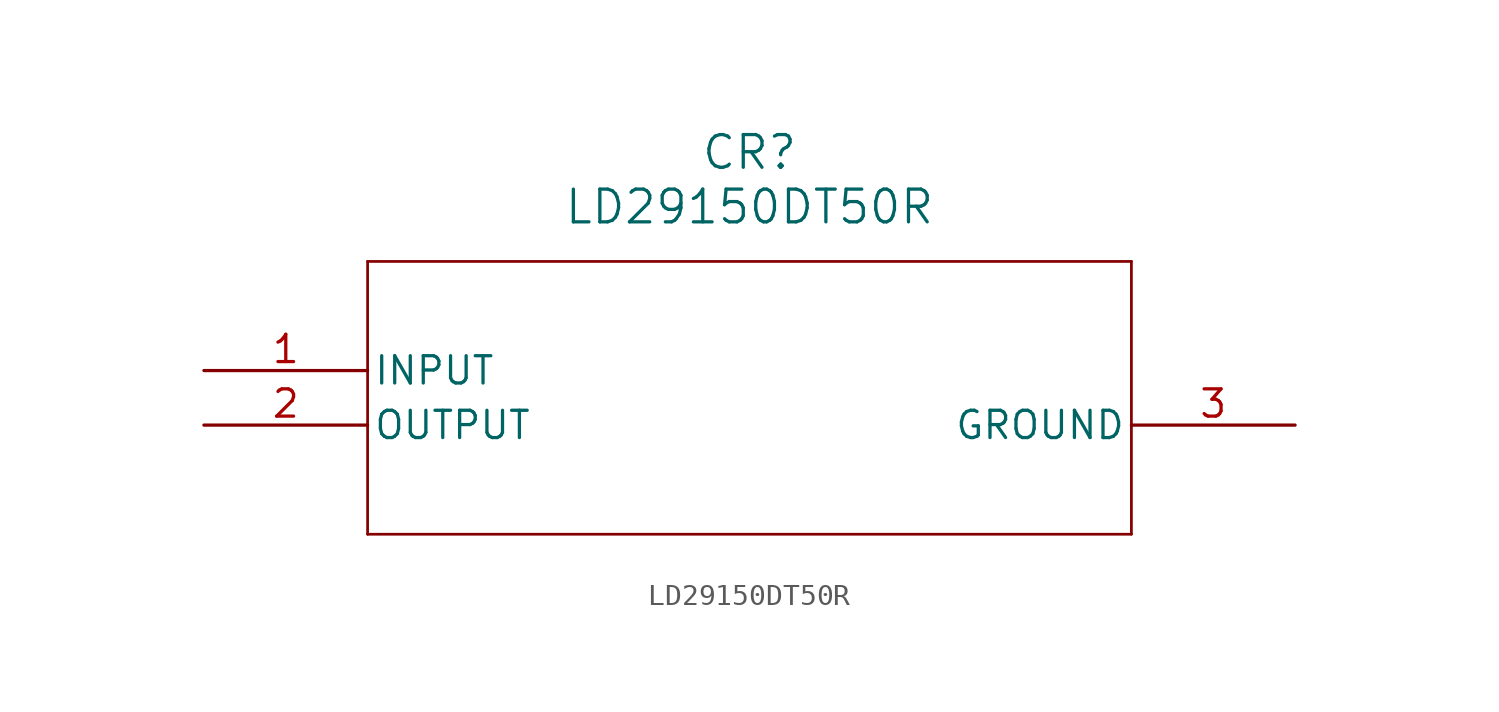
<source format=kicad_sym>
(kicad_symbol_lib
  (version 20211014)
  (generator kicad_symbol_editor)
  (symbol "LD29150DT50R"
    (pin_names
      (offset 0.254))
    (property "Reference" "CR"
      (at 25.4 10.16 0)
      (effects (font (size 1.524 1.524))))
    (property "Value" "LD29150DT50R"
      (at 25.4 7.62 0)
      (effects (font (size 1.524 1.524))))
    (symbol "LD29150DT50R_0_1"
      (polyline (pts (xy 7.62 5.08) (xy 7.62 -7.62)) (stroke (width 0.127) (type default) (color 0 0 0 0)) (fill (type none)))
      (polyline (pts (xy 7.62 -7.62) (xy 43.18 -7.62)) (stroke (width 0.127) (type default) (color 0 0 0 0)) (fill (type none)))
      (polyline (pts (xy 43.18 -7.62) (xy 43.18 5.08)) (stroke (width 0.127) (type default) (color 0 0 0 0)) (fill (type none)))
      (polyline (pts (xy 43.18 5.08) (xy 7.62 5.08)) (stroke (width 0.127) (type default) (color 0 0 0 0)) (fill (type none)))
      (pin input line (at 0 0 0) (length 7.62) (name "INPUT" (effects (font (size 1.27 1.27)))) (number "1" (effects (font (size 1.27 1.27)))))
      (pin output line (at 0 -2.54 0) (length 7.62) (name "OUTPUT" (effects (font (size 1.27 1.27)))) (number "2" (effects (font (size 1.27 1.27)))))
      (pin power_out line (at 50.8 -2.54 180) (length 7.62) (name "GROUND" (effects (font (size 1.27 1.27)))) (number "3" (effects (font (size 1.27 1.27))))))))
</source>
